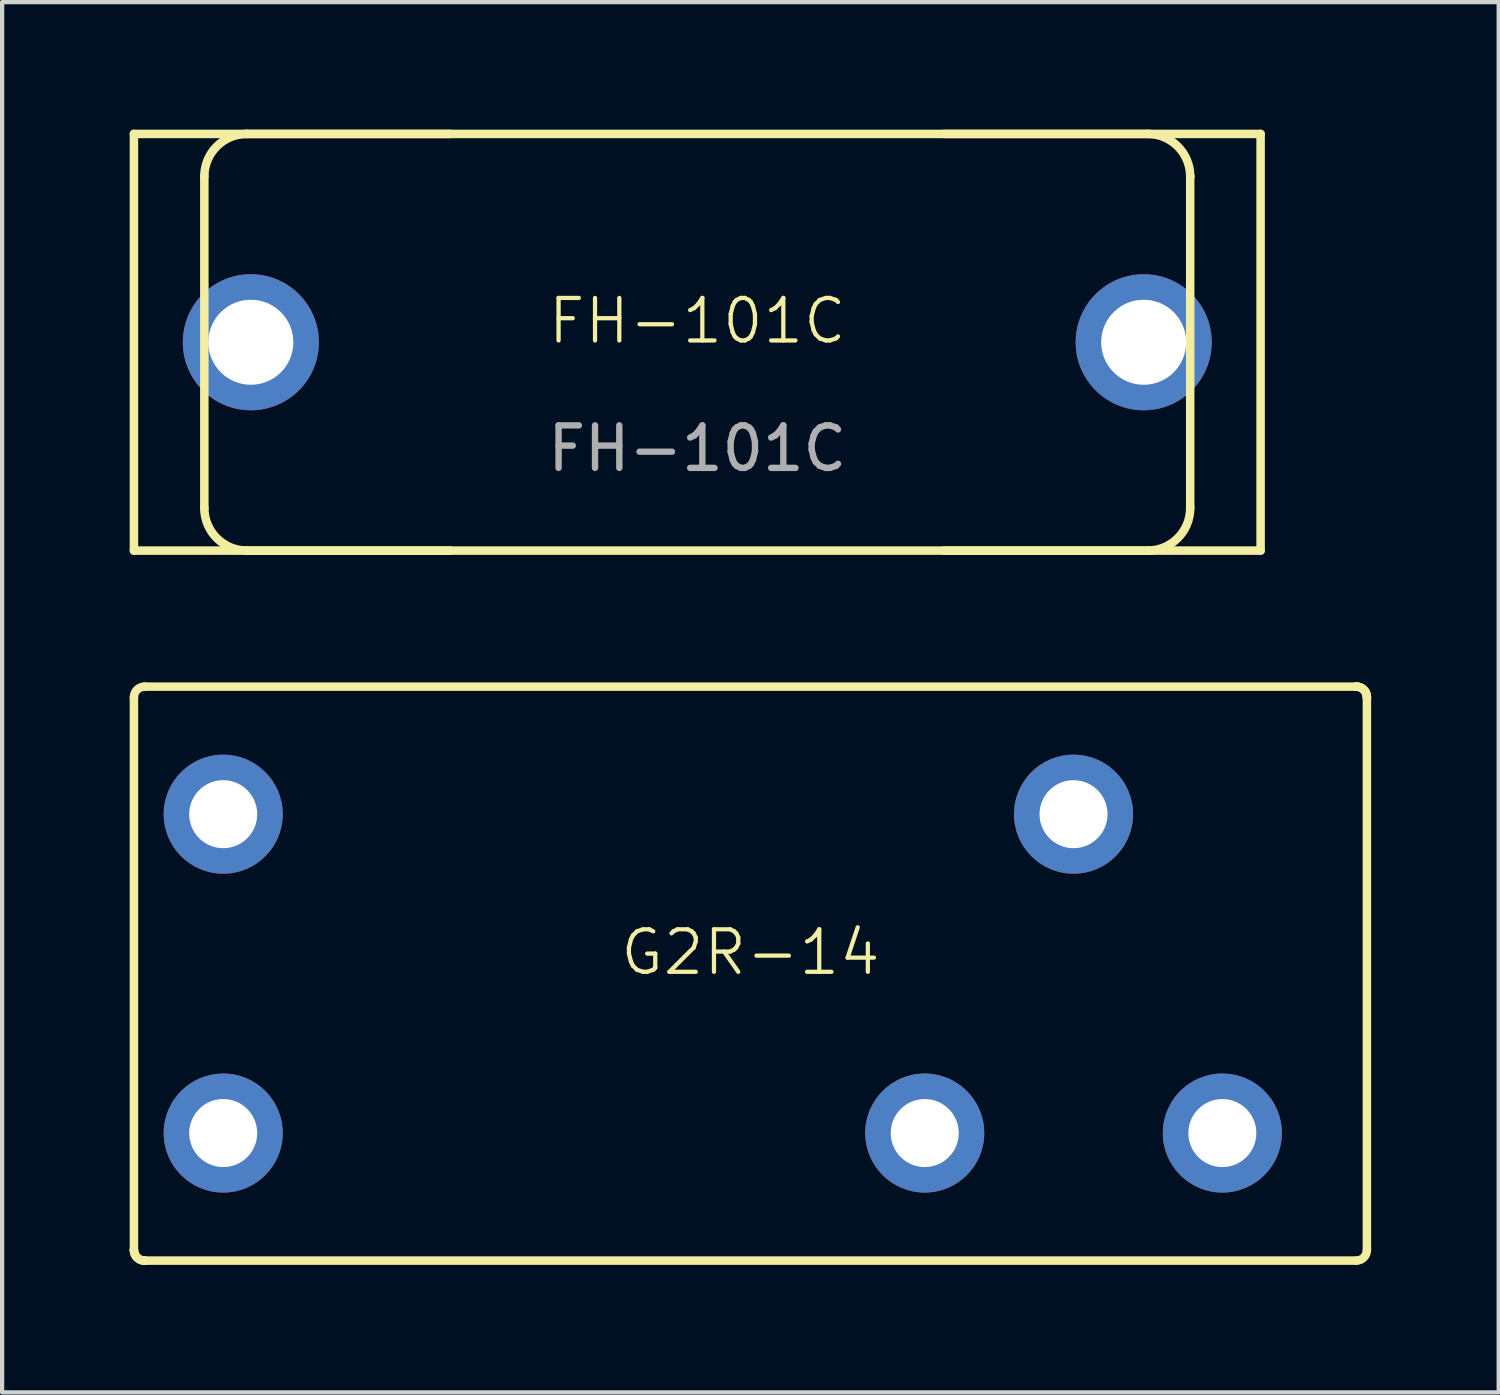
<source format=kicad_pcb>
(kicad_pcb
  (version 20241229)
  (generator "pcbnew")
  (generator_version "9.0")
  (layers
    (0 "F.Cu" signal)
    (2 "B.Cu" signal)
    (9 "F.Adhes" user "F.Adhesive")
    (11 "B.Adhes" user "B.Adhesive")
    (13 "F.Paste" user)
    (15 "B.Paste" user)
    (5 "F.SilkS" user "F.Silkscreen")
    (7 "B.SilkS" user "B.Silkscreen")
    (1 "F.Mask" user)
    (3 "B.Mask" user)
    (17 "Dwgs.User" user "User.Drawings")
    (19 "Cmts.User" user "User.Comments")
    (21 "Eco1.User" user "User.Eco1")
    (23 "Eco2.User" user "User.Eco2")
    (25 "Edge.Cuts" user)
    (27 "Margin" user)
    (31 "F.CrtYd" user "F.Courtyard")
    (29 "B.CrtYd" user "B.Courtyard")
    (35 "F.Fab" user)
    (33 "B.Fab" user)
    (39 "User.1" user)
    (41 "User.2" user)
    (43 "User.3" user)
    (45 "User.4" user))
  (footprint "FH-101C"
    (layer "F.Cu")
    (at 13.35 5)
    (property "Reference" "FH-101C" (at 0 -0.5 0) (unlocked yes) (layer "F.SilkS") (effects (font (size 1 1) (thickness 0.1))))
    (fp_line (start -13.25 -4.9) (end -5.804 -4.9) (stroke (width 0.2) (type default)) (layer "F.SilkS"))
    (fp_line (start -13.25 4.9) (end -13.25 -4.9) (stroke (width 0.2) (type default)) (layer "F.SilkS"))
    (fp_line (start -11.594 3.9) (end -11.594 -3.9) (stroke (width 0.2) (type default)) (layer "F.SilkS"))
    (fp_line (start -5.804 4.9) (end -13.25 4.9) (stroke (width 0.2) (type default)) (layer "F.SilkS"))
    (fp_line (start 5.804 -4.9) (end 13.25 -4.9) (stroke (width 0.2) (type default)) (layer "F.SilkS"))
    (fp_line (start 10.594 4.9) (end -10.594 4.9) (stroke (width 0.2) (type default)) (layer "F.SilkS"))
    (fp_line (start 10.594 -4.9) (end -10.594 -4.9) (stroke (width 0.2) (type default)) (layer "F.SilkS"))
    (fp_line (start 11.594 -3.9) (end 11.594 -3.9) (stroke (width 0.2) (type default)) (layer "F.SilkS"))
    (fp_line (start 11.594 3.9) (end 11.594 -3.9) (stroke (width 0.2) (type default)) (layer "F.SilkS"))
    (fp_line (start 13.25 4.9) (end 5.804 4.9) (stroke (width 0.2) (type default)) (layer "F.SilkS"))
    (fp_line (start 13.25 4.9) (end 13.25 -4.9) (stroke (width 0.2) (type default)) (layer "F.SilkS"))
    (fp_arc (start -11.594201 -3.9) (mid -11.301308 -4.607107) (end -10.5942 -4.9) (stroke (width 0.2) (type default)) (layer "F.SilkS"))
    (fp_arc (start -10.594198 4.9) (mid -11.301307 4.607106) (end -11.594201 3.899996) (stroke (width 0.2) (type default)) (layer "F.SilkS"))
    (fp_arc (start 10.5942 -4.9) (mid 11.301307 -4.607106) (end 11.5942 -3.9) (stroke (width 0.2) (type default)) (layer "F.SilkS"))
    (fp_arc (start 11.594201 3.899997) (mid 11.301307 4.607106) (end 10.594197 4.9) (stroke (width 0.2) (type default)) (layer "F.SilkS"))
    (fp_text user "${REFERENCE}" (at 0 2.5 0) (unlocked yes) (layer "F.Fab") (effects (font (size 1 1) (thickness 0.15))))
    (pad "1" thru_hole circle (at -10.5 0) (size 3.2 3.2) (drill 2) (layers "*.Cu" "*.Mask"))
    (pad "2" thru_hole circle (at 10.5 0) (size 3.2 3.2) (drill 2) (layers "*.Cu" "*.Mask")))
  (footprint "G2R-14"
    (layer "F.Cu")
    (at 14.6 19.85)
    (property "Reference" "G2R-14" (at 0 -0.5 0) (unlocked yes) (layer "F.SilkS") (effects (font (size 1 1) (thickness 0.1))))
    (fp_line (start -14.5 6.5) (end -14.5 -6.5) (stroke (width 0.2) (type default)) (layer "F.SilkS"))
    (fp_line (start -14.25 -6.75) (end 14.25 -6.75) (stroke (width 0.2) (type default)) (layer "F.SilkS"))
    (fp_line (start 14.25 6.75) (end -14.25 6.75) (stroke (width 0.2) (type default)) (layer "F.SilkS"))
    (fp_line (start 14.5 -6.5) (end 14.5 6.5) (stroke (width 0.2) (type default)) (layer "F.SilkS"))
    (fp_arc (start -14.5 -6.5) (mid -14.426777 -6.676777) (end -14.25 -6.75) (stroke (width 0.2) (type default)) (layer "F.SilkS"))
    (fp_arc (start -14.25 6.75) (mid -14.426777 6.676777) (end -14.5 6.5) (stroke (width 0.2) (type default)) (layer "F.SilkS"))
    (fp_arc (start -14.25 6.75) (mid -14.426777 6.676777) (end -14.5 6.5) (stroke (width 0.2) (type default)) (layer "F.SilkS"))
    (fp_arc (start -14.25 6.75) (mid -14.426777 6.676777) (end -14.5 6.5) (stroke (width 0.2) (type default)) (layer "F.SilkS"))
    (fp_arc (start 14.25 -6.75) (mid 14.426777 -6.676777) (end 14.5 -6.5) (stroke (width 0.2) (type default)) (layer "F.SilkS"))
    (fp_arc (start 14.25 -6.75) (mid 14.426777 -6.676777) (end 14.5 -6.5) (stroke (width 0.2) (type default)) (layer "F.SilkS"))
    (fp_arc (start 14.25 -6.75) (mid 14.426777 -6.676777) (end 14.5 -6.5) (stroke (width 0.2) (type default)) (layer "F.SilkS"))
    (fp_arc (start 14.5 6.5) (mid 14.426777 6.676777) (end 14.25 6.75) (stroke (width 0.2) (type default)) (layer "F.SilkS"))
    (pad "1" thru_hole circle (at -12.4 -3.75) (size 2.8 2.8) (drill 1.6) (layers "*.Cu" "*.Mask"))
    (pad "2" thru_hole circle (at -12.4 3.75) (size 2.8 2.8) (drill 1.6) (layers "*.Cu" "*.Mask"))
    (pad "3" thru_hole circle (at 7.6 -3.75) (size 2.8 2.8) (drill 1.6) (layers "*.Cu" "*.Mask"))
    (pad "4" thru_hole circle (at 4.1 3.75) (size 2.8 2.8) (drill 1.6) (layers "*.Cu" "*.Mask"))
    (pad "5" thru_hole circle (at 11.1 3.75) (size 2.8 2.8) (drill 1.6) (layers "*.Cu" "*.Mask")))
  (gr_rect
    (start -3 -3)
    (end 32.2 29.7)
    (stroke (width 0.1) (type default))
    (fill no)
    (layer "Edge.Cuts")))
</source>
